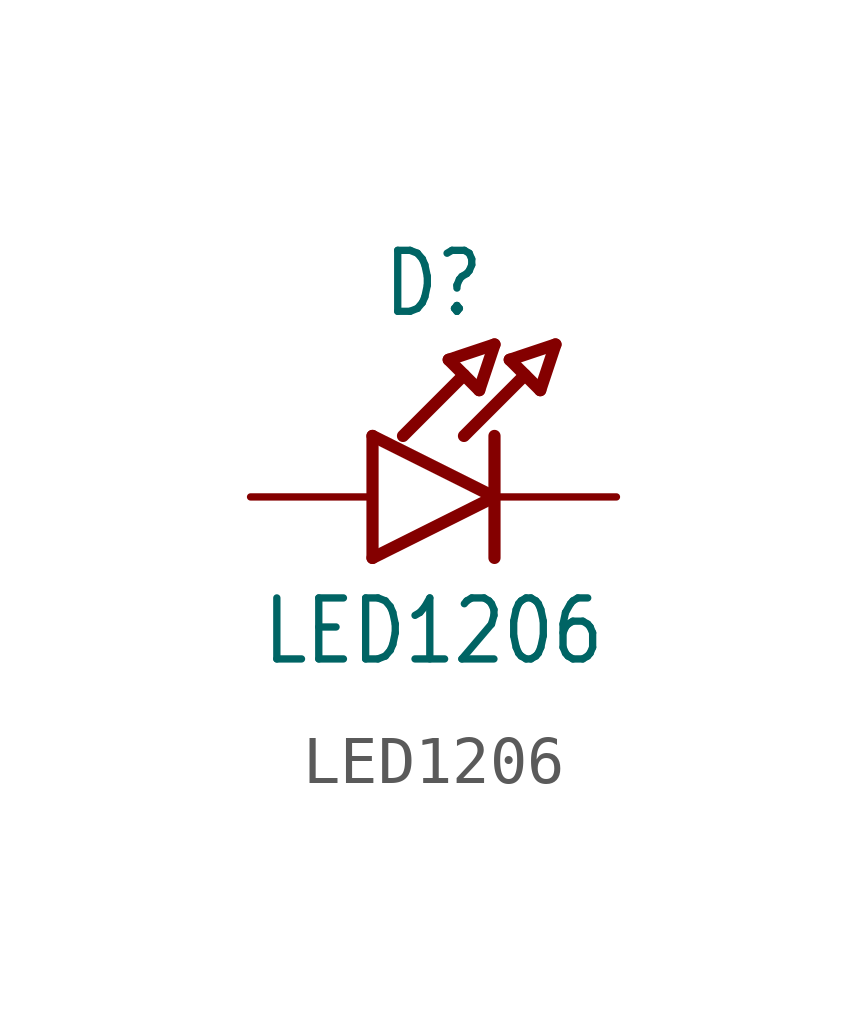
<source format=kicad_sym>
(kicad_symbol_lib
  (version 20211014)
  (generator kicad_symbol_editor)
  (symbol "LED1206"
    (property "Reference" "D"
      (at -1.27 4.445 0)
      (effects (font (size 1.27 1.079))))
    (property "Value" "LED1206"
      (at -1.27 -2.794 0)
      (effects (font (size 1.27 1.079))))
    (property "ki_locked" ""
      (at 0 0 0)
      (effects (font (size 1.27 1.27))))
    (symbol "LED1206_1_0"
      (polyline (pts (xy -2.54 -1.27) (xy 0 0)) (stroke (width 0.254) (type default) (color 0 0 0 0)) (fill (type none)))
      (polyline (pts (xy -2.54 1.27) (xy -2.54 -1.27)) (stroke (width 0.254) (type default) (color 0 0 0 0)) (fill (type none)))
      (polyline (pts (xy -1.905 1.27) (xy -0.635 2.54)) (stroke (width 0.254) (type default) (color 0 0 0 0)) (fill (type none)))
      (polyline (pts (xy -0.953 2.857) (xy -0.318 2.223)) (stroke (width 0.254) (type default) (color 0 0 0 0)) (fill (type none)))
      (polyline (pts (xy -0.635 1.27) (xy 0.635 2.54)) (stroke (width 0.254) (type default) (color 0 0 0 0)) (fill (type none)))
      (polyline (pts (xy -0.318 2.223) (xy 0 3.175)) (stroke (width 0.254) (type default) (color 0 0 0 0)) (fill (type none)))
      (polyline (pts (xy 0 0) (xy -2.54 1.27)) (stroke (width 0.254) (type default) (color 0 0 0 0)) (fill (type none)))
      (polyline (pts (xy 0 0) (xy 0 -1.27)) (stroke (width 0.254) (type default) (color 0 0 0 0)) (fill (type none)))
      (polyline (pts (xy 0 1.27) (xy 0 0)) (stroke (width 0.254) (type default) (color 0 0 0 0)) (fill (type none)))
      (polyline (pts (xy 0 3.175) (xy -0.953 2.857)) (stroke (width 0.254) (type default) (color 0 0 0 0)) (fill (type none)))
      (polyline (pts (xy 0.318 2.857) (xy 0.953 2.223)) (stroke (width 0.254) (type default) (color 0 0 0 0)) (fill (type none)))
      (polyline (pts (xy 0.953 2.223) (xy 1.27 3.175)) (stroke (width 0.254) (type default) (color 0 0 0 0)) (fill (type none)))
      (polyline (pts (xy 1.27 3.175) (xy 0.318 2.857)) (stroke (width 0.254) (type default) (color 0 0 0 0)) (fill (type none)))
      (pin passive line (at -5.08 0 0) (length 2.54) (name "A" (effects (font (size 0 0)))) (number "A" (effects (font (size 0 0)))))
      (pin passive line (at 2.54 0 180) (length 2.54) (name "C" (effects (font (size 0 0)))) (number "C" (effects (font (size 0 0))))))))
</source>
